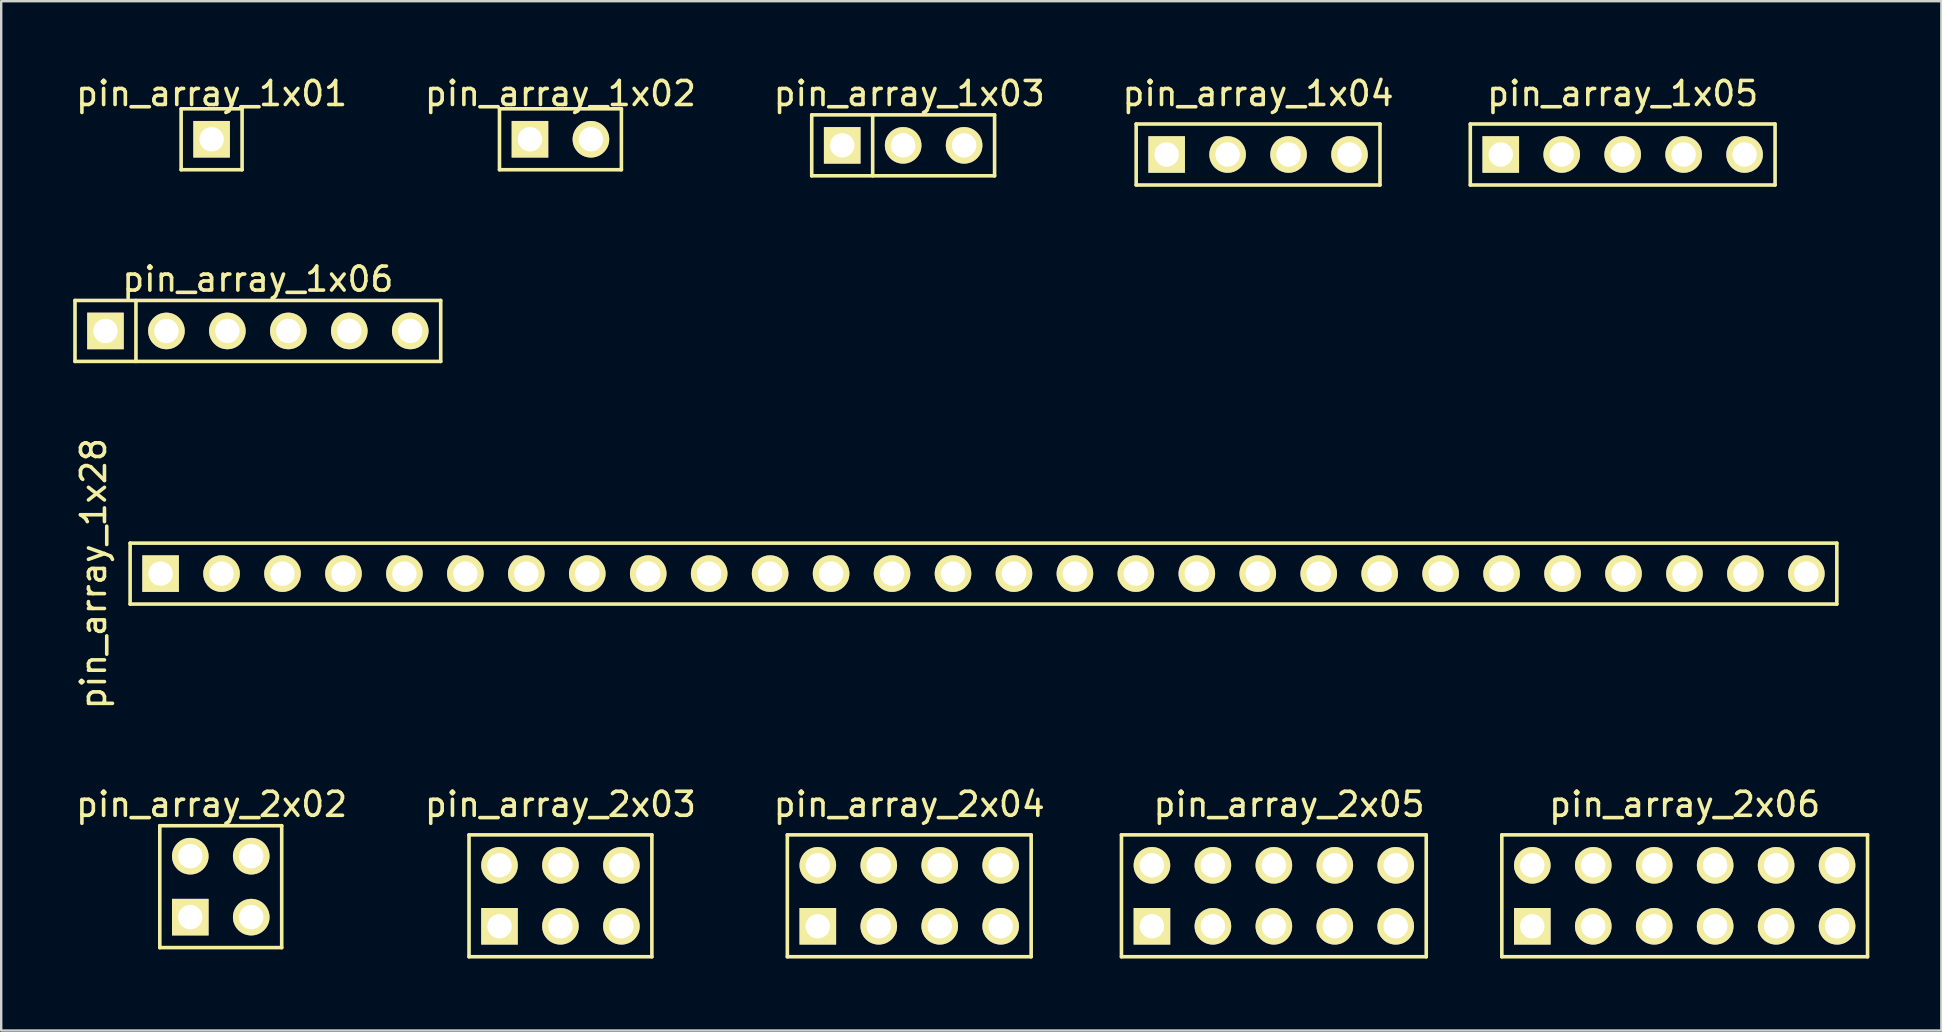
<source format=kicad_pcb>
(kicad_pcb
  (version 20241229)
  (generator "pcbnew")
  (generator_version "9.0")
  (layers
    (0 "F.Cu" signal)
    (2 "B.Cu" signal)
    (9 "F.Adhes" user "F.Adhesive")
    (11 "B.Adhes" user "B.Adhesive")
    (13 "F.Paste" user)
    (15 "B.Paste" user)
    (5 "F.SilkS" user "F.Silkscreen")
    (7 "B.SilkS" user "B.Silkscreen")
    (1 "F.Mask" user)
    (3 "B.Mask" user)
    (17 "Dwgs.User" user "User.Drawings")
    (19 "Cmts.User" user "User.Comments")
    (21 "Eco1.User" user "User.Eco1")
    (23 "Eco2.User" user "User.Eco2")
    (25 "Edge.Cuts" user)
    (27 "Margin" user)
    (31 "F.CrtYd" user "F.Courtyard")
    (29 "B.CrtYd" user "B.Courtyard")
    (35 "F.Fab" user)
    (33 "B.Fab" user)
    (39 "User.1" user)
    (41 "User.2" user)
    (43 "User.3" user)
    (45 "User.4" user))
  (footprint "pin_array_1x28"
    (layer "F.Cu")
    (at 37.932 20.853)
    (property "Reference" "pin_array_1x28" (at -37.084 0 90) (layer "F.SilkS") (effects (font (size 1 1) (thickness 0.15))))
    (attr through_hole)
    (fp_line (start -35.56 -1.27) (end 35.56 -1.27) (stroke (width 0.15) (type solid)) (layer "F.SilkS"))
    (fp_line (start -35.56 1.27) (end -35.56 -1.27) (stroke (width 0.15) (type solid)) (layer "F.SilkS"))
    (fp_line (start 35.56 -1.27) (end 35.56 1.27) (stroke (width 0.15) (type solid)) (layer "F.SilkS"))
    (fp_line (start 35.56 1.27) (end -35.56 1.27) (stroke (width 0.15) (type solid)) (layer "F.SilkS"))
    (pad "1" thru_hole rect (at -34.29 0) (size 1.524 1.524) (drill 1.016) (layers "*.Cu" "*.Mask" "F.SilkS"))
    (pad "2" thru_hole circle (at -31.75 0) (size 1.524 1.524) (drill 1.016) (layers "*.Cu" "*.Mask" "F.SilkS"))
    (pad "3" thru_hole circle (at -29.21 0) (size 1.524 1.524) (drill 1.016) (layers "*.Cu" "*.Mask" "F.SilkS"))
    (pad "4" thru_hole circle (at -26.67 0) (size 1.524 1.524) (drill 1.016) (layers "*.Cu" "*.Mask" "F.SilkS"))
    (pad "5" thru_hole circle (at -24.13 0) (size 1.524 1.524) (drill 1.016) (layers "*.Cu" "*.Mask" "F.SilkS"))
    (pad "6" thru_hole circle (at -21.59 0) (size 1.524 1.524) (drill 1.016) (layers "*.Cu" "*.Mask" "F.SilkS"))
    (pad "7" thru_hole circle (at -19.05 0) (size 1.524 1.524) (drill 1.016) (layers "*.Cu" "*.Mask" "F.SilkS"))
    (pad "8" thru_hole circle (at -16.51 0) (size 1.524 1.524) (drill 1.016) (layers "*.Cu" "*.Mask" "F.SilkS"))
    (pad "9" thru_hole circle (at -13.97 0) (size 1.524 1.524) (drill 1.016) (layers "*.Cu" "*.Mask" "F.SilkS"))
    (pad "10" thru_hole circle (at -11.43 0) (size 1.524 1.524) (drill 1.016) (layers "*.Cu" "*.Mask" "F.SilkS"))
    (pad "11" thru_hole circle (at -8.89 0) (size 1.524 1.524) (drill 1.016) (layers "*.Cu" "*.Mask" "F.SilkS"))
    (pad "12" thru_hole circle (at -6.35 0) (size 1.524 1.524) (drill 1.016) (layers "*.Cu" "*.Mask" "F.SilkS"))
    (pad "13" thru_hole circle (at -3.81 0) (size 1.524 1.524) (drill 1.016) (layers "*.Cu" "*.Mask" "F.SilkS"))
    (pad "14" thru_hole circle (at -1.27 0) (size 1.524 1.524) (drill 1.016) (layers "*.Cu" "*.Mask" "F.SilkS"))
    (pad "15" thru_hole circle (at 1.27 0) (size 1.524 1.524) (drill 1.016) (layers "*.Cu" "*.Mask" "F.SilkS"))
    (pad "16" thru_hole circle (at 3.81 0) (size 1.524 1.524) (drill 1.016) (layers "*.Cu" "*.Mask" "F.SilkS"))
    (pad "17" thru_hole circle (at 6.35 0) (size 1.524 1.524) (drill 1.016) (layers "*.Cu" "*.Mask" "F.SilkS"))
    (pad "18" thru_hole circle (at 8.89 0) (size 1.524 1.524) (drill 1.016) (layers "*.Cu" "*.Mask" "F.SilkS"))
    (pad "19" thru_hole circle (at 11.43 0) (size 1.524 1.524) (drill 1.016) (layers "*.Cu" "*.Mask" "F.SilkS"))
    (pad "20" thru_hole circle (at 13.97 0) (size 1.524 1.524) (drill 1.016) (layers "*.Cu" "*.Mask" "F.SilkS"))
    (pad "21" thru_hole circle (at 16.51 0) (size 1.524 1.524) (drill 1.016) (layers "*.Cu" "*.Mask" "F.SilkS"))
    (pad "22" thru_hole circle (at 19.05 0) (size 1.524 1.524) (drill 1.016) (layers "*.Cu" "*.Mask" "F.SilkS"))
    (pad "23" thru_hole circle (at 21.59 0) (size 1.524 1.524) (drill 1.016) (layers "*.Cu" "*.Mask" "F.SilkS"))
    (pad "24" thru_hole circle (at 24.13 0) (size 1.524 1.524) (drill 1.016) (layers "*.Cu" "*.Mask" "F.SilkS"))
    (pad "25" thru_hole circle (at 26.67 0) (size 1.524 1.524) (drill 1.016) (layers "*.Cu" "*.Mask" "F.SilkS"))
    (pad "26" thru_hole circle (at 29.21 0) (size 1.524 1.524) (drill 1.016) (layers "*.Cu" "*.Mask" "F.SilkS"))
    (pad "27" thru_hole circle (at 31.75 0) (size 1.524 1.524) (drill 1.016) (layers "*.Cu" "*.Mask" "F.SilkS"))
    (pad "28" thru_hole circle (at 34.29 0) (size 1.524 1.524) (drill 1.016) (layers "*.Cu" "*.Mask" "F.SilkS")))
  (footprint "pin_array_2x05"
    (layer "F.Cu")
    (at 50.032 34.279)
    (property "Reference" "pin_array_2x05" (at 0.635 -3.81 0) (layer "F.SilkS") (effects (font (size 1 1) (thickness 0.15))))
    (attr through_hole)
    (fp_line (start -6.35 -2.54) (end 6.35 -2.54) (stroke (width 0.15) (type solid)) (layer "F.SilkS"))
    (fp_line (start -6.35 2.54) (end -6.35 -2.54) (stroke (width 0.15) (type solid)) (layer "F.SilkS"))
    (fp_line (start 6.35 -2.54) (end 6.35 2.54) (stroke (width 0.15) (type solid)) (layer "F.SilkS"))
    (fp_line (start 6.35 2.54) (end -6.35 2.54) (stroke (width 0.15) (type solid)) (layer "F.SilkS"))
    (pad "1" thru_hole rect (at -5.08 1.27) (size 1.524 1.524) (drill 1.016) (layers "*.Cu" "*.Mask" "F.SilkS"))
    (pad "2" thru_hole circle (at -5.08 -1.27) (size 1.524 1.524) (drill 1.016) (layers "*.Cu" "*.Mask" "F.SilkS"))
    (pad "3" thru_hole circle (at -2.54 1.27) (size 1.524 1.524) (drill 1.016) (layers "*.Cu" "*.Mask" "F.SilkS"))
    (pad "4" thru_hole circle (at -2.54 -1.27) (size 1.524 1.524) (drill 1.016) (layers "*.Cu" "*.Mask" "F.SilkS"))
    (pad "5" thru_hole circle (at 0 1.27) (size 1.524 1.524) (drill 1.016) (layers "*.Cu" "*.Mask" "F.SilkS"))
    (pad "6" thru_hole circle (at 0 -1.27) (size 1.524 1.524) (drill 1.016) (layers "*.Cu" "*.Mask" "F.SilkS"))
    (pad "7" thru_hole circle (at 2.54 1.27) (size 1.524 1.524) (drill 1.016) (layers "*.Cu" "*.Mask" "F.SilkS"))
    (pad "8" thru_hole circle (at 2.54 -1.27) (size 1.524 1.524) (drill 1.016) (layers "*.Cu" "*.Mask" "F.SilkS"))
    (pad "9" thru_hole circle (at 5.08 1.27) (size 1.524 1.524) (drill 1.016) (layers "*.Cu" "*.Mask" "F.SilkS"))
    (pad "10" thru_hole circle (at 5.08 -1.27) (size 1.524 1.524) (drill 1.016) (layers "*.Cu" "*.Mask" "F.SilkS")))
  (footprint "pin_array_2x04"
    (layer "F.Cu")
    (at 34.839 34.279)
    (property "Reference" "pin_array_2x04" (at 0 -3.81 0) (layer "F.SilkS") (effects (font (size 1 1) (thickness 0.15))))
    (attr through_hole)
    (fp_line (start -5.08 -2.54) (end 5.08 -2.54) (stroke (width 0.15) (type solid)) (layer "F.SilkS"))
    (fp_line (start -5.08 2.54) (end -5.08 -2.54) (stroke (width 0.15) (type solid)) (layer "F.SilkS"))
    (fp_line (start 5.08 -2.54) (end 5.08 2.54) (stroke (width 0.15) (type solid)) (layer "F.SilkS"))
    (fp_line (start 5.08 2.54) (end -5.08 2.54) (stroke (width 0.15) (type solid)) (layer "F.SilkS"))
    (pad "1" thru_hole rect (at -3.81 1.27) (size 1.524 1.524) (drill 1.016) (layers "*.Cu" "*.Mask" "F.SilkS"))
    (pad "2" thru_hole circle (at -3.81 -1.27) (size 1.524 1.524) (drill 1.016) (layers "*.Cu" "*.Mask" "F.SilkS"))
    (pad "3" thru_hole circle (at -1.27 1.27) (size 1.524 1.524) (drill 1.016) (layers "*.Cu" "*.Mask" "F.SilkS"))
    (pad "4" thru_hole circle (at -1.27 -1.27) (size 1.524 1.524) (drill 1.016) (layers "*.Cu" "*.Mask" "F.SilkS"))
    (pad "5" thru_hole circle (at 1.27 1.27) (size 1.524 1.524) (drill 1.016) (layers "*.Cu" "*.Mask" "F.SilkS"))
    (pad "6" thru_hole circle (at 1.27 -1.27) (size 1.524 1.524) (drill 1.016) (layers "*.Cu" "*.Mask" "F.SilkS"))
    (pad "7" thru_hole circle (at 3.81 1.27) (size 1.524 1.524) (drill 1.016) (layers "*.Cu" "*.Mask" "F.SilkS"))
    (pad "8" thru_hole circle (at 3.81 -1.27) (size 1.524 1.524) (drill 1.016) (layers "*.Cu" "*.Mask" "F.SilkS")))
  (footprint "pin_array_2x03"
    (layer "F.Cu")
    (at 20.304 34.279)
    (property "Reference" "pin_array_2x03" (at 0 -3.81 0) (layer "F.SilkS") (effects (font (size 1 1) (thickness 0.15))))
    (attr through_hole)
    (fp_line (start -3.81 -2.54) (end 3.81 -2.54) (stroke (width 0.15) (type solid)) (layer "F.SilkS"))
    (fp_line (start -3.81 2.54) (end -3.81 -2.54) (stroke (width 0.15) (type solid)) (layer "F.SilkS"))
    (fp_line (start 3.81 -2.54) (end 3.81 2.54) (stroke (width 0.15) (type solid)) (layer "F.SilkS"))
    (fp_line (start 3.81 2.54) (end -3.81 2.54) (stroke (width 0.15) (type solid)) (layer "F.SilkS"))
    (pad "1" thru_hole rect (at -2.54 1.27) (size 1.524 1.524) (drill 1.016) (layers "*.Cu" "*.Mask" "F.SilkS"))
    (pad "2" thru_hole circle (at -2.54 -1.27) (size 1.524 1.524) (drill 1.016) (layers "*.Cu" "*.Mask" "F.SilkS"))
    (pad "3" thru_hole circle (at 0 1.27) (size 1.524 1.524) (drill 1.016) (layers "*.Cu" "*.Mask" "F.SilkS"))
    (pad "4" thru_hole circle (at 0 -1.27) (size 1.524 1.524) (drill 1.016) (layers "*.Cu" "*.Mask" "F.SilkS"))
    (pad "5" thru_hole circle (at 2.54 1.27) (size 1.524 1.524) (drill 1.016) (layers "*.Cu" "*.Mask" "F.SilkS"))
    (pad "6" thru_hole circle (at 2.54 -1.27) (size 1.524 1.524) (drill 1.016) (layers "*.Cu" "*.Mask" "F.SilkS")))
  (footprint "pin_array_1x05"
    (layer "F.Cu")
    (at 64.568 3.388)
    (property "Reference" "pin_array_1x05" (at 0 -2.54 0) (layer "F.SilkS") (effects (font (size 1 1) (thickness 0.15))))
    (attr through_hole)
    (fp_line (start -6.35 -1.27) (end -6.35 1.27) (stroke (width 0.15) (type solid)) (layer "F.SilkS"))
    (fp_line (start -6.35 -1.27) (end 6.35 -1.27) (stroke (width 0.15) (type solid)) (layer "F.SilkS"))
    (fp_line (start 6.35 1.27) (end -6.35 1.27) (stroke (width 0.15) (type solid)) (layer "F.SilkS"))
    (fp_line (start 6.35 1.27) (end 6.35 -1.27) (stroke (width 0.15) (type solid)) (layer "F.SilkS"))
    (pad "1" thru_hole rect (at -5.08 0) (size 1.524 1.524) (drill 1.016) (layers "*.Cu" "*.Mask" "F.SilkS"))
    (pad "2" thru_hole circle (at -2.54 0) (size 1.524 1.524) (drill 1.016) (layers "*.Cu" "*.Mask" "F.SilkS"))
    (pad "3" thru_hole circle (at 0 0) (size 1.524 1.524) (drill 1.016) (layers "*.Cu" "*.Mask" "F.SilkS"))
    (pad "4" thru_hole circle (at 2.54 0) (size 1.524 1.524) (drill 1.016) (layers "*.Cu" "*.Mask" "F.SilkS"))
    (pad "5" thru_hole circle (at 5.08 0) (size 1.524 1.524) (drill 1.016) (layers "*.Cu" "*.Mask" "F.SilkS")))
  (footprint "pin_array_2x06"
    (layer "F.Cu")
    (at 67.152 34.279)
    (property "Reference" "pin_array_2x06" (at 0 -3.81 0) (layer "F.SilkS") (effects (font (size 1 1) (thickness 0.15))))
    (attr through_hole)
    (fp_line (start -7.62 -2.54) (end 7.62 -2.54) (stroke (width 0.15) (type solid)) (layer "F.SilkS"))
    (fp_line (start -7.62 2.54) (end -7.62 -2.54) (stroke (width 0.15) (type solid)) (layer "F.SilkS"))
    (fp_line (start 7.62 -2.54) (end 7.62 2.54) (stroke (width 0.15) (type solid)) (layer "F.SilkS"))
    (fp_line (start 7.62 2.54) (end -7.62 2.54) (stroke (width 0.15) (type solid)) (layer "F.SilkS"))
    (pad "1" thru_hole rect (at -6.35 1.27) (size 1.524 1.524) (drill 1.016) (layers "*.Cu" "*.Mask" "F.SilkS"))
    (pad "2" thru_hole circle (at -6.35 -1.27) (size 1.524 1.524) (drill 1.016) (layers "*.Cu" "*.Mask" "F.SilkS"))
    (pad "3" thru_hole circle (at -3.81 1.27) (size 1.524 1.524) (drill 1.016) (layers "*.Cu" "*.Mask" "F.SilkS"))
    (pad "4" thru_hole circle (at -3.81 -1.27) (size 1.524 1.524) (drill 1.016) (layers "*.Cu" "*.Mask" "F.SilkS"))
    (pad "5" thru_hole circle (at -1.27 1.27) (size 1.524 1.524) (drill 1.016) (layers "*.Cu" "*.Mask" "F.SilkS"))
    (pad "6" thru_hole circle (at -1.27 -1.27) (size 1.524 1.524) (drill 1.016) (layers "*.Cu" "*.Mask" "F.SilkS"))
    (pad "7" thru_hole circle (at 1.27 1.27) (size 1.524 1.524) (drill 1.016) (layers "*.Cu" "*.Mask" "F.SilkS"))
    (pad "8" thru_hole circle (at 1.27 -1.27) (size 1.524 1.524) (drill 1.016) (layers "*.Cu" "*.Mask" "F.SilkS"))
    (pad "9" thru_hole circle (at 3.81 1.27) (size 1.524 1.524) (drill 1.016) (layers "*.Cu" "*.Mask" "F.SilkS"))
    (pad "10" thru_hole circle (at 3.81 -1.27) (size 1.524 1.524) (drill 1.016) (layers "*.Cu" "*.Mask" "F.SilkS"))
    (pad "11" thru_hole circle (at 6.35 1.27) (size 1.524 1.524) (drill 1.016) (layers "*.Cu" "*.Mask" "F.SilkS"))
    (pad "12" thru_hole circle (at 6.35 -1.27) (size 1.524 1.524) (drill 1.016) (layers "*.Cu" "*.Mask" "F.SilkS")))
  (footprint "pin_array_1x04"
    (layer "F.Cu")
    (at 49.375 3.388)
    (property "Reference" "pin_array_1x04" (at 0 -2.54 0) (layer "F.SilkS") (effects (font (size 1 1) (thickness 0.15))))
    (attr through_hole)
    (fp_line (start -5.08 -1.27) (end -5.08 1.27) (stroke (width 0.15) (type solid)) (layer "F.SilkS"))
    (fp_line (start 5.08 -1.27) (end -5.08 -1.27) (stroke (width 0.15) (type solid)) (layer "F.SilkS"))
    (fp_line (start 5.08 1.27) (end -5.08 1.27) (stroke (width 0.15) (type solid)) (layer "F.SilkS"))
    (fp_line (start 5.08 1.27) (end 5.08 -1.27) (stroke (width 0.15) (type solid)) (layer "F.SilkS"))
    (pad "1" thru_hole rect (at -3.81 0) (size 1.524 1.524) (drill 1.016) (layers "*.Cu" "*.Mask" "F.SilkS"))
    (pad "2" thru_hole circle (at -1.27 0) (size 1.524 1.524) (drill 1.016) (layers "*.Cu" "*.Mask" "F.SilkS"))
    (pad "3" thru_hole circle (at 1.27 0) (size 1.524 1.524) (drill 1.016) (layers "*.Cu" "*.Mask" "F.SilkS"))
    (pad "4" thru_hole circle (at 3.81 0) (size 1.524 1.524) (drill 1.016) (layers "*.Cu" "*.Mask" "F.SilkS")))
  (footprint "pin_array_1x01"
    (layer "F.Cu")
    (at 5.768 2.753)
    (property "Reference" "pin_array_1x01" (at 0 -1.905 0) (layer "F.SilkS") (effects (font (size 1 1) (thickness 0.15))))
    (attr through_hole)
    (fp_line (start -1.27 -1.27) (end 1.27 -1.27) (stroke (width 0.15) (type solid)) (layer "F.SilkS"))
    (fp_line (start -1.27 1.27) (end -1.27 -1.27) (stroke (width 0.15) (type solid)) (layer "F.SilkS"))
    (fp_line (start 1.27 -1.27) (end 1.27 1.27) (stroke (width 0.15) (type solid)) (layer "F.SilkS"))
    (fp_line (start 1.27 1.27) (end -1.27 1.27) (stroke (width 0.15) (type solid)) (layer "F.SilkS"))
    (pad "1" thru_hole rect (at 0 0) (size 1.524 1.524) (drill 1.016) (layers "*.Cu" "*.Mask" "F.SilkS")))
  (footprint "pin_array_1x06"
    (layer "F.Cu")
    (at 7.695 10.741)
    (property "Reference" "pin_array_1x06" (at 0 -2.159 0) (layer "F.SilkS") (effects (font (size 1 1) (thickness 0.15))))
    (attr through_hole)
    (fp_line (start -7.62 -1.27) (end 7.62 -1.27) (stroke (width 0.15) (type solid)) (layer "F.SilkS"))
    (fp_line (start -7.62 1.27) (end -7.62 -1.27) (stroke (width 0.15) (type solid)) (layer "F.SilkS"))
    (fp_line (start -5.08 1.27) (end -5.08 -1.27) (stroke (width 0.15) (type solid)) (layer "F.SilkS"))
    (fp_line (start 7.62 -1.27) (end 7.62 1.27) (stroke (width 0.15) (type solid)) (layer "F.SilkS"))
    (fp_line (start 7.62 1.27) (end -7.62 1.27) (stroke (width 0.15) (type solid)) (layer "F.SilkS"))
    (pad "1" thru_hole rect (at -6.35 0) (size 1.524 1.524) (drill 1.016) (layers "*.Cu" "*.Mask" "F.SilkS"))
    (pad "2" thru_hole circle (at -3.81 0) (size 1.524 1.524) (drill 1.016) (layers "*.Cu" "*.Mask" "F.SilkS"))
    (pad "3" thru_hole circle (at -1.27 0) (size 1.524 1.524) (drill 1.016) (layers "*.Cu" "*.Mask" "F.SilkS"))
    (pad "4" thru_hole circle (at 1.27 0) (size 1.524 1.524) (drill 1.016) (layers "*.Cu" "*.Mask" "F.SilkS"))
    (pad "5" thru_hole circle (at 3.81 0) (size 1.524 1.524) (drill 1.016) (layers "*.Cu" "*.Mask" "F.SilkS"))
    (pad "6" thru_hole circle (at 6.35 0) (size 1.524 1.524) (drill 1.016) (layers "*.Cu" "*.Mask" "F.SilkS")))
  (footprint "pin_array_2x02"
    (layer "F.Cu")
    (at 6.149 33.898)
    (property "Reference" "pin_array_2x02" (at -0.381 -3.429 0) (layer "F.SilkS") (effects (font (size 1 1) (thickness 0.15))))
    (attr through_hole)
    (fp_line (start -2.54 -2.54) (end 2.54 -2.54) (stroke (width 0.15) (type solid)) (layer "F.SilkS"))
    (fp_line (start -2.54 2.54) (end -2.54 -2.54) (stroke (width 0.15) (type solid)) (layer "F.SilkS"))
    (fp_line (start 2.54 -2.54) (end 2.54 2.54) (stroke (width 0.15) (type solid)) (layer "F.SilkS"))
    (fp_line (start 2.54 2.54) (end -2.54 2.54) (stroke (width 0.15) (type solid)) (layer "F.SilkS"))
    (pad "1" thru_hole rect (at -1.27 1.27) (size 1.524 1.524) (drill 1.016) (layers "*.Cu" "*.Mask" "F.SilkS"))
    (pad "2" thru_hole circle (at -1.27 -1.27) (size 1.524 1.524) (drill 1.016) (layers "*.Cu" "*.Mask" "F.SilkS"))
    (pad "3" thru_hole circle (at 1.27 1.27) (size 1.524 1.524) (drill 1.016) (layers "*.Cu" "*.Mask" "F.SilkS"))
    (pad "4" thru_hole circle (at 1.27 -1.27) (size 1.524 1.524) (drill 1.016) (layers "*.Cu" "*.Mask" "F.SilkS")))
  (footprint "pin_array_1x02"
    (layer "F.Cu")
    (at 20.304 2.753)
    (property "Reference" "pin_array_1x02" (at 0 -1.905 0) (layer "F.SilkS") (effects (font (size 1 1) (thickness 0.15))))
    (attr through_hole)
    (fp_line (start -2.54 -1.27) (end 2.54 -1.27) (stroke (width 0.15) (type solid)) (layer "F.SilkS"))
    (fp_line (start -2.54 1.27) (end -2.54 -1.27) (stroke (width 0.15) (type solid)) (layer "F.SilkS"))
    (fp_line (start 2.54 -1.27) (end 2.54 1.27) (stroke (width 0.15) (type solid)) (layer "F.SilkS"))
    (fp_line (start 2.54 1.27) (end -2.54 1.27) (stroke (width 0.15) (type solid)) (layer "F.SilkS"))
    (pad "1" thru_hole rect (at -1.27 0) (size 1.524 1.524) (drill 1.016) (layers "*.Cu" "*.Mask" "F.SilkS"))
    (pad "2" thru_hole circle (at 1.27 0) (size 1.524 1.524) (drill 1.016) (layers "*.Cu" "*.Mask" "F.SilkS")))
  (footprint "pin_array_1x03"
    (layer "F.Cu")
    (at 34.585 3.007)
    (property "Reference" "pin_array_1x03" (at 0.254 -2.159 0) (layer "F.SilkS") (effects (font (size 1 1) (thickness 0.15))))
    (attr through_hole)
    (fp_line (start -3.81 -1.27) (end 3.81 -1.27) (stroke (width 0.15) (type solid)) (layer "F.SilkS"))
    (fp_line (start -3.81 1.27) (end -3.81 -1.27) (stroke (width 0.15) (type solid)) (layer "F.SilkS"))
    (fp_line (start -1.27 -1.27) (end -1.27 1.27) (stroke (width 0.15) (type solid)) (layer "F.SilkS"))
    (fp_line (start 3.81 -1.27) (end 3.81 1.27) (stroke (width 0.15) (type solid)) (layer "F.SilkS"))
    (fp_line (start 3.81 1.27) (end -3.81 1.27) (stroke (width 0.15) (type solid)) (layer "F.SilkS"))
    (pad "1" thru_hole rect (at -2.54 0) (size 1.524 1.524) (drill 1.016) (layers "*.Cu" "*.Mask" "F.SilkS"))
    (pad "2" thru_hole circle (at 0 0) (size 1.524 1.524) (drill 1.016) (layers "*.Cu" "*.Mask" "F.SilkS"))
    (pad "3" thru_hole circle (at 2.54 0) (size 1.524 1.524) (drill 1.016) (layers "*.Cu" "*.Mask" "F.SilkS")))
  (gr_rect
    (start -3 -3)
    (end 77.847 39.894)
    (stroke (width 0.1) (type default))
    (fill no)
    (layer "Edge.Cuts")))
</source>
